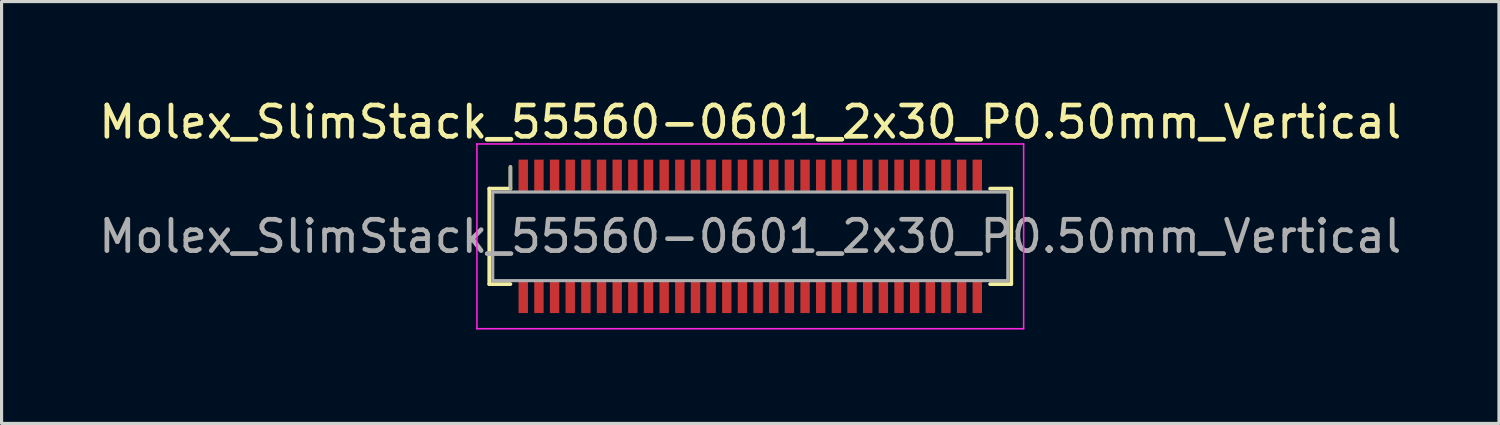
<source format=kicad_pcb>
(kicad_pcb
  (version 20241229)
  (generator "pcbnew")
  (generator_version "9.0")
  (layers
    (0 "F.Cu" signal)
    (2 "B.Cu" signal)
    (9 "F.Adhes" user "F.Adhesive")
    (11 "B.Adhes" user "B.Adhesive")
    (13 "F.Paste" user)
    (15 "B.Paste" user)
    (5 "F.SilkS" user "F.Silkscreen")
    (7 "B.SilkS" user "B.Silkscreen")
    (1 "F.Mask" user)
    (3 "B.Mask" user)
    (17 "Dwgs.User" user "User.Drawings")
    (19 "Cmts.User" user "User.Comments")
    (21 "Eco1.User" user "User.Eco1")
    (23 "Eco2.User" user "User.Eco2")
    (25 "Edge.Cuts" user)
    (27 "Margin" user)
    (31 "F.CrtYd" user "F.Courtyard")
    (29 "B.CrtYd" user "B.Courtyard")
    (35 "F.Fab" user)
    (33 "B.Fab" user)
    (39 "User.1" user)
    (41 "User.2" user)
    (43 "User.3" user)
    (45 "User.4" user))
  (footprint "Molex_SlimStack_55560-0601_2x30_P0.50mm_Vertical"
    (layer "F.Cu")
    (at 20.911 4.498)
    (property "Reference" "Molex_SlimStack_55560-0601_2x30_P0.50mm_Vertical" (at 0 -3.65 0) (layer "F.SilkS") (effects (font (size 1 1) (thickness 0.15))))
    (attr smd)
    (fp_line (start -8.335 -1.525) (end -7.66 -1.525) (stroke (width 0.12) (type solid)) (layer "F.SilkS"))
    (fp_line (start -8.335 1.525) (end -8.335 -1.525) (stroke (width 0.12) (type solid)) (layer "F.SilkS"))
    (fp_line (start -7.66 -1.525) (end -7.66 -2.215) (stroke (width 0.12) (type solid)) (layer "F.SilkS"))
    (fp_line (start -7.66 1.525) (end -8.335 1.525) (stroke (width 0.12) (type solid)) (layer "F.SilkS"))
    (fp_line (start 7.66 1.525) (end 8.335 1.525) (stroke (width 0.12) (type solid)) (layer "F.SilkS"))
    (fp_line (start 8.335 -1.525) (end 7.66 -1.525) (stroke (width 0.12) (type solid)) (layer "F.SilkS"))
    (fp_line (start 8.335 1.525) (end 8.335 -1.525) (stroke (width 0.12) (type solid)) (layer "F.SilkS"))
    (fp_line (start -8.73 -2.95) (end -8.73 2.95) (stroke (width 0.05) (type solid)) (layer "F.CrtYd"))
    (fp_line (start -8.73 2.95) (end 8.73 2.95) (stroke (width 0.05) (type solid)) (layer "F.CrtYd"))
    (fp_line (start 8.73 -2.95) (end -8.73 -2.95) (stroke (width 0.05) (type solid)) (layer "F.CrtYd"))
    (fp_line (start 8.73 2.95) (end 8.73 -2.95) (stroke (width 0.05) (type solid)) (layer "F.CrtYd"))
    (fp_line (start -8.225 -1.415) (end -8.225 1.415) (stroke (width 0.1) (type solid)) (layer "F.Fab"))
    (fp_line (start -8.225 1.415) (end 8.225 1.415) (stroke (width 0.1) (type solid)) (layer "F.Fab"))
    (fp_line (start -7.66 -1.525) (end -7.66 -2.215) (stroke (width 0.1) (type solid)) (layer "F.Fab"))
    (fp_line (start 8.225 -1.415) (end -8.225 -1.415) (stroke (width 0.1) (type solid)) (layer "F.Fab"))
    (fp_line (start 8.225 1.415) (end 8.225 -1.415) (stroke (width 0.1) (type solid)) (layer "F.Fab"))
    (fp_text user "${REFERENCE}" (at 0 0 0) (layer "F.Fab") (effects (font (size 1 1) (thickness 0.15))))
    (pad "1" smd rect (at -7.25 -1.95) (size 0.3 1) (layers "F.Cu" "F.Mask" "F.Paste"))
    (pad "2" smd rect (at -7.25 1.95) (size 0.3 1) (layers "F.Cu" "F.Mask" "F.Paste"))
    (pad "3" smd rect (at -6.75 -1.95) (size 0.3 1) (layers "F.Cu" "F.Mask" "F.Paste"))
    (pad "4" smd rect (at -6.75 1.95) (size 0.3 1) (layers "F.Cu" "F.Mask" "F.Paste"))
    (pad "5" smd rect (at -6.25 -1.95) (size 0.3 1) (layers "F.Cu" "F.Mask" "F.Paste"))
    (pad "6" smd rect (at -6.25 1.95) (size 0.3 1) (layers "F.Cu" "F.Mask" "F.Paste"))
    (pad "7" smd rect (at -5.75 -1.95) (size 0.3 1) (layers "F.Cu" "F.Mask" "F.Paste"))
    (pad "8" smd rect (at -5.75 1.95) (size 0.3 1) (layers "F.Cu" "F.Mask" "F.Paste"))
    (pad "9" smd rect (at -5.25 -1.95) (size 0.3 1) (layers "F.Cu" "F.Mask" "F.Paste"))
    (pad "10" smd rect (at -5.25 1.95) (size 0.3 1) (layers "F.Cu" "F.Mask" "F.Paste"))
    (pad "11" smd rect (at -4.75 -1.95) (size 0.3 1) (layers "F.Cu" "F.Mask" "F.Paste"))
    (pad "12" smd rect (at -4.75 1.95) (size 0.3 1) (layers "F.Cu" "F.Mask" "F.Paste"))
    (pad "13" smd rect (at -4.25 -1.95) (size 0.3 1) (layers "F.Cu" "F.Mask" "F.Paste"))
    (pad "14" smd rect (at -4.25 1.95) (size 0.3 1) (layers "F.Cu" "F.Mask" "F.Paste"))
    (pad "15" smd rect (at -3.75 -1.95) (size 0.3 1) (layers "F.Cu" "F.Mask" "F.Paste"))
    (pad "16" smd rect (at -3.75 1.95) (size 0.3 1) (layers "F.Cu" "F.Mask" "F.Paste"))
    (pad "17" smd rect (at -3.25 -1.95) (size 0.3 1) (layers "F.Cu" "F.Mask" "F.Paste"))
    (pad "18" smd rect (at -3.25 1.95) (size 0.3 1) (layers "F.Cu" "F.Mask" "F.Paste"))
    (pad "19" smd rect (at -2.75 -1.95) (size 0.3 1) (layers "F.Cu" "F.Mask" "F.Paste"))
    (pad "20" smd rect (at -2.75 1.95) (size 0.3 1) (layers "F.Cu" "F.Mask" "F.Paste"))
    (pad "21" smd rect (at -2.25 -1.95) (size 0.3 1) (layers "F.Cu" "F.Mask" "F.Paste"))
    (pad "22" smd rect (at -2.25 1.95) (size 0.3 1) (layers "F.Cu" "F.Mask" "F.Paste"))
    (pad "23" smd rect (at -1.75 -1.95) (size 0.3 1) (layers "F.Cu" "F.Mask" "F.Paste"))
    (pad "24" smd rect (at -1.75 1.95) (size 0.3 1) (layers "F.Cu" "F.Mask" "F.Paste"))
    (pad "25" smd rect (at -1.25 -1.95) (size 0.3 1) (layers "F.Cu" "F.Mask" "F.Paste"))
    (pad "26" smd rect (at -1.25 1.95) (size 0.3 1) (layers "F.Cu" "F.Mask" "F.Paste"))
    (pad "27" smd rect (at -0.75 -1.95) (size 0.3 1) (layers "F.Cu" "F.Mask" "F.Paste"))
    (pad "28" smd rect (at -0.75 1.95) (size 0.3 1) (layers "F.Cu" "F.Mask" "F.Paste"))
    (pad "29" smd rect (at -0.25 -1.95) (size 0.3 1) (layers "F.Cu" "F.Mask" "F.Paste"))
    (pad "30" smd rect (at -0.25 1.95) (size 0.3 1) (layers "F.Cu" "F.Mask" "F.Paste"))
    (pad "31" smd rect (at 0.25 -1.95) (size 0.3 1) (layers "F.Cu" "F.Mask" "F.Paste"))
    (pad "32" smd rect (at 0.25 1.95) (size 0.3 1) (layers "F.Cu" "F.Mask" "F.Paste"))
    (pad "33" smd rect (at 0.75 -1.95) (size 0.3 1) (layers "F.Cu" "F.Mask" "F.Paste"))
    (pad "34" smd rect (at 0.75 1.95) (size 0.3 1) (layers "F.Cu" "F.Mask" "F.Paste"))
    (pad "35" smd rect (at 1.25 -1.95) (size 0.3 1) (layers "F.Cu" "F.Mask" "F.Paste"))
    (pad "36" smd rect (at 1.25 1.95) (size 0.3 1) (layers "F.Cu" "F.Mask" "F.Paste"))
    (pad "37" smd rect (at 1.75 -1.95) (size 0.3 1) (layers "F.Cu" "F.Mask" "F.Paste"))
    (pad "38" smd rect (at 1.75 1.95) (size 0.3 1) (layers "F.Cu" "F.Mask" "F.Paste"))
    (pad "39" smd rect (at 2.25 -1.95) (size 0.3 1) (layers "F.Cu" "F.Mask" "F.Paste"))
    (pad "40" smd rect (at 2.25 1.95) (size 0.3 1) (layers "F.Cu" "F.Mask" "F.Paste"))
    (pad "41" smd rect (at 2.75 -1.95) (size 0.3 1) (layers "F.Cu" "F.Mask" "F.Paste"))
    (pad "42" smd rect (at 2.75 1.95) (size 0.3 1) (layers "F.Cu" "F.Mask" "F.Paste"))
    (pad "43" smd rect (at 3.25 -1.95) (size 0.3 1) (layers "F.Cu" "F.Mask" "F.Paste"))
    (pad "44" smd rect (at 3.25 1.95) (size 0.3 1) (layers "F.Cu" "F.Mask" "F.Paste"))
    (pad "45" smd rect (at 3.75 -1.95) (size 0.3 1) (layers "F.Cu" "F.Mask" "F.Paste"))
    (pad "46" smd rect (at 3.75 1.95) (size 0.3 1) (layers "F.Cu" "F.Mask" "F.Paste"))
    (pad "47" smd rect (at 4.25 -1.95) (size 0.3 1) (layers "F.Cu" "F.Mask" "F.Paste"))
    (pad "48" smd rect (at 4.25 1.95) (size 0.3 1) (layers "F.Cu" "F.Mask" "F.Paste"))
    (pad "49" smd rect (at 4.75 -1.95) (size 0.3 1) (layers "F.Cu" "F.Mask" "F.Paste"))
    (pad "50" smd rect (at 4.75 1.95) (size 0.3 1) (layers "F.Cu" "F.Mask" "F.Paste"))
    (pad "51" smd rect (at 5.25 -1.95) (size 0.3 1) (layers "F.Cu" "F.Mask" "F.Paste"))
    (pad "52" smd rect (at 5.25 1.95) (size 0.3 1) (layers "F.Cu" "F.Mask" "F.Paste"))
    (pad "53" smd rect (at 5.75 -1.95) (size 0.3 1) (layers "F.Cu" "F.Mask" "F.Paste"))
    (pad "54" smd rect (at 5.75 1.95) (size 0.3 1) (layers "F.Cu" "F.Mask" "F.Paste"))
    (pad "55" smd rect (at 6.25 -1.95) (size 0.3 1) (layers "F.Cu" "F.Mask" "F.Paste"))
    (pad "56" smd rect (at 6.25 1.95) (size 0.3 1) (layers "F.Cu" "F.Mask" "F.Paste"))
    (pad "57" smd rect (at 6.75 -1.95) (size 0.3 1) (layers "F.Cu" "F.Mask" "F.Paste"))
    (pad "58" smd rect (at 6.75 1.95) (size 0.3 1) (layers "F.Cu" "F.Mask" "F.Paste"))
    (pad "59" smd rect (at 7.25 -1.95) (size 0.3 1) (layers "F.Cu" "F.Mask" "F.Paste"))
    (pad "60" smd rect (at 7.25 1.95) (size 0.3 1) (layers "F.Cu" "F.Mask" "F.Paste")))
  (gr_rect
    (start -3 -3)
    (end 44.821 10.473)
    (stroke (width 0.1) (type default))
    (fill no)
    (layer "Edge.Cuts")))
</source>
